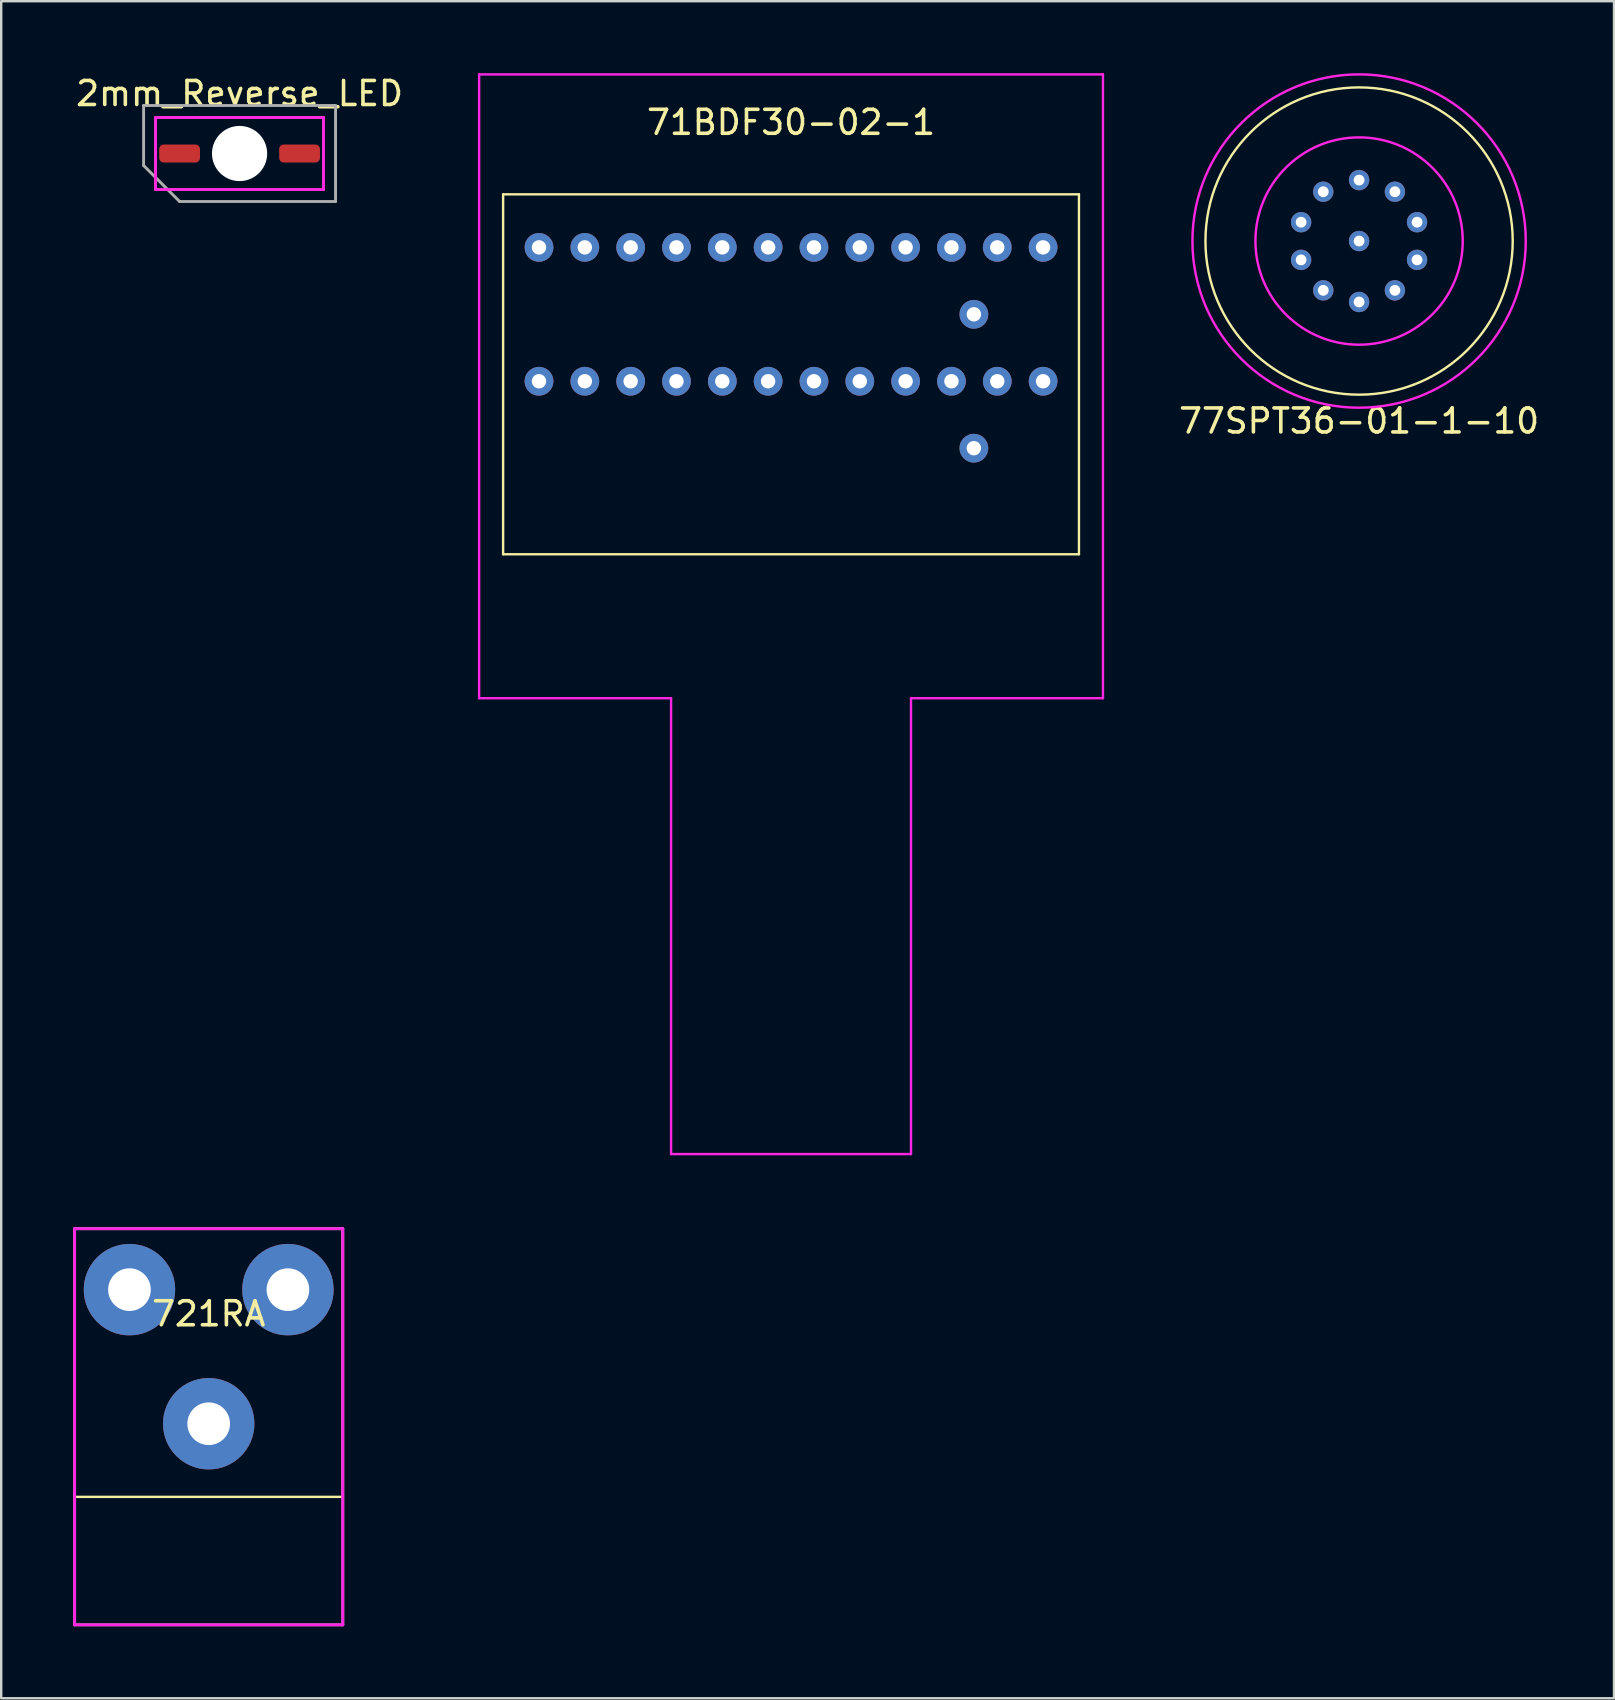
<source format=kicad_pcb>
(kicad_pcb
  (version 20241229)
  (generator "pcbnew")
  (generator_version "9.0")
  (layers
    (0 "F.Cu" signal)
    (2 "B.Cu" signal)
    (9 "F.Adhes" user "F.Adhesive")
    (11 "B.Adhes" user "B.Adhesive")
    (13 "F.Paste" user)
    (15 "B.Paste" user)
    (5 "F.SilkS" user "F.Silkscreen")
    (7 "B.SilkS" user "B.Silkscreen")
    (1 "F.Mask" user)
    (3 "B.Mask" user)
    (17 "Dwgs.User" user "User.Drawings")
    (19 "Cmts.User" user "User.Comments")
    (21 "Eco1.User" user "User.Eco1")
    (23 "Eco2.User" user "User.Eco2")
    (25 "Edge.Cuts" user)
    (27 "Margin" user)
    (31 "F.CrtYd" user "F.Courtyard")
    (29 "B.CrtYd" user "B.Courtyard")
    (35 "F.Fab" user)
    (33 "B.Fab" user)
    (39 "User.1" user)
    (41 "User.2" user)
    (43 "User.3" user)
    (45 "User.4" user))
  (footprint "71BDF30-02-1"
    (layer "F.Cu")
    (at 29.919 10.05)
    (property "Reference" "71BDF30-02-1" (at 0 -8 0) (layer "F.SilkS") (effects (font (size 1 1) (thickness 0.15))))
    (attr through_hole)
    (fp_line (start -12 -5) (end 12 -5) (stroke (width 0.1) (type solid)) (layer "F.SilkS"))
    (fp_line (start -12 10) (end -12 -5) (stroke (width 0.1) (type solid)) (layer "F.SilkS"))
    (fp_line (start 12 -5) (end 12 10) (stroke (width 0.1) (type solid)) (layer "F.SilkS"))
    (fp_line (start 12 10) (end -12 10) (stroke (width 0.1) (type solid)) (layer "F.SilkS"))
    (fp_line (start -13 -10) (end 13 -10) (stroke (width 0.1) (type solid)) (layer "F.CrtYd"))
    (fp_line (start -13 16) (end -13 -10) (stroke (width 0.1) (type solid)) (layer "F.CrtYd"))
    (fp_line (start -5 16) (end -13 16) (stroke (width 0.1) (type solid)) (layer "F.CrtYd"))
    (fp_line (start -5 35) (end -5 16) (stroke (width 0.1) (type solid)) (layer "F.CrtYd"))
    (fp_line (start 5 16) (end 5 35) (stroke (width 0.1) (type solid)) (layer "F.CrtYd"))
    (fp_line (start 5 35) (end -5 35) (stroke (width 0.1) (type solid)) (layer "F.CrtYd"))
    (fp_line (start 13 -10) (end 13 16) (stroke (width 0.1) (type solid)) (layer "F.CrtYd"))
    (fp_line (start 13 16) (end 5 16) (stroke (width 0.1) (type solid)) (layer "F.CrtYd"))
    (pad "1" thru_hole circle (at 7.62 5.58) (size 1.2 1.2) (drill 0.6) (layers "*.Cu" "*.Mask"))
    (pad "2" thru_hole circle (at 10.505 2.79) (size 1.2 1.2) (drill 0.6) (layers "*.Cu" "*.Mask"))
    (pad "3" thru_hole circle (at 8.595 2.79) (size 1.2 1.2) (drill 0.6) (layers "*.Cu" "*.Mask"))
    (pad "4" thru_hole circle (at 6.685 2.79) (size 1.2 1.2) (drill 0.6) (layers "*.Cu" "*.Mask"))
    (pad "5" thru_hole circle (at 4.775 2.79) (size 1.2 1.2) (drill 0.6) (layers "*.Cu" "*.Mask"))
    (pad "6" thru_hole circle (at 2.865 2.79) (size 1.2 1.2) (drill 0.6) (layers "*.Cu" "*.Mask"))
    (pad "7" thru_hole circle (at 0.955 2.79) (size 1.2 1.2) (drill 0.6) (layers "*.Cu" "*.Mask"))
    (pad "8" thru_hole circle (at -0.955 2.79) (size 1.2 1.2) (drill 0.6) (layers "*.Cu" "*.Mask"))
    (pad "9" thru_hole circle (at -2.865 2.79) (size 1.2 1.2) (drill 0.6) (layers "*.Cu" "*.Mask"))
    (pad "10" thru_hole circle (at -4.775 2.79) (size 1.2 1.2) (drill 0.6) (layers "*.Cu" "*.Mask"))
    (pad "11" thru_hole circle (at -6.685 2.79) (size 1.2 1.2) (drill 0.6) (layers "*.Cu" "*.Mask"))
    (pad "12" thru_hole circle (at -8.595 2.79) (size 1.2 1.2) (drill 0.6) (layers "*.Cu" "*.Mask"))
    (pad "13" thru_hole circle (at -10.505 2.79) (size 1.2 1.2) (drill 0.6) (layers "*.Cu" "*.Mask"))
    (pad "14" thru_hole circle (at 7.62 0) (size 1.2 1.2) (drill 0.6) (layers "*.Cu" "*.Mask"))
    (pad "15" thru_hole circle (at 10.505 -2.79) (size 1.2 1.2) (drill 0.6) (layers "*.Cu" "*.Mask"))
    (pad "16" thru_hole circle (at 8.595 -2.79) (size 1.2 1.2) (drill 0.6) (layers "*.Cu" "*.Mask"))
    (pad "17" thru_hole circle (at 6.685 -2.79) (size 1.2 1.2) (drill 0.6) (layers "*.Cu" "*.Mask"))
    (pad "18" thru_hole circle (at 4.775 -2.79) (size 1.2 1.2) (drill 0.6) (layers "*.Cu" "*.Mask"))
    (pad "19" thru_hole circle (at 2.865 -2.79) (size 1.2 1.2) (drill 0.6) (layers "*.Cu" "*.Mask"))
    (pad "20" thru_hole circle (at 0.955 -2.79) (size 1.2 1.2) (drill 0.6) (layers "*.Cu" "*.Mask"))
    (pad "21" thru_hole circle (at -0.955 -2.79) (size 1.2 1.2) (drill 0.6) (layers "*.Cu" "*.Mask"))
    (pad "22" thru_hole circle (at -2.865 -2.79) (size 1.2 1.2) (drill 0.6) (layers "*.Cu" "*.Mask"))
    (pad "23" thru_hole circle (at -4.775 -2.79) (size 1.2 1.2) (drill 0.6) (layers "*.Cu" "*.Mask"))
    (pad "24" thru_hole circle (at -6.685 -2.79) (size 1.2 1.2) (drill 0.6) (layers "*.Cu" "*.Mask"))
    (pad "25" thru_hole circle (at -8.595 -2.79) (size 1.2 1.2) (drill 0.6) (layers "*.Cu" "*.Mask"))
    (pad "26" thru_hole circle (at -10.505 -2.79) (size 1.2 1.2) (drill 0.6) (layers "*.Cu" "*.Mask")))
  (footprint "2mm_Reverse_LED"
    (layer "F.Cu")
    (at 6.935 3.348)
    (property "Reference" "2mm_Reverse_LED" (at 0 -2.5 0) (layer "F.SilkS") (effects (font (size 1 1) (thickness 0.15))))
    (attr through_hole)
    (fp_line (start -3.5 -1.5) (end 3.5 -1.5) (stroke (width 0.1) (type solid)) (layer "F.SilkS"))
    (fp_line (start -3.5 1.5) (end -3.5 -1.5) (stroke (width 0.1) (type solid)) (layer "F.SilkS"))
    (fp_line (start 3.5 -1.5) (end 3.5 1.5) (stroke (width 0.1) (type solid)) (layer "F.SilkS"))
    (fp_line (start 3.5 1.5) (end -3.5 1.5) (stroke (width 0.1) (type solid)) (layer "F.SilkS"))
    (fp_line (start -3.5 -1.5) (end 3.5 -1.5) (stroke (width 0.12) (type solid)) (layer "F.CrtYd"))
    (fp_line (start -3.5 1.5) (end -3.5 -1.5) (stroke (width 0.12) (type solid)) (layer "F.CrtYd"))
    (fp_line (start 3.5 -1.5) (end 3.5 1.5) (stroke (width 0.12) (type solid)) (layer "F.CrtYd"))
    (fp_line (start 3.5 1.5) (end -3.5 1.5) (stroke (width 0.12) (type solid)) (layer "F.CrtYd"))
    (fp_line (start -4 -2) (end 4 -2) (stroke (width 0.12) (type solid)) (layer "F.Fab"))
    (fp_line (start -4 0.5) (end -4 -2) (stroke (width 0.12) (type solid)) (layer "F.Fab"))
    (fp_line (start -4 0.5) (end -2.5 2) (stroke (width 0.12) (type solid)) (layer "F.Fab"))
    (fp_line (start 4 -2) (end 4 2) (stroke (width 0.12) (type solid)) (layer "F.Fab"))
    (fp_line (start 4 2) (end -2.5 2) (stroke (width 0.12) (type solid)) (layer "F.Fab"))
    (pad "" np_thru_hole circle (at 0 0) (size 2.3 2.3) (drill 2.3) (layers "*.Cu" "*.Mask"))
    (pad "1" smd roundrect (at -2.5 0) (size 1.7 0.75) (layers "F.Cu" "F.Mask" "F.Paste") (roundrect_rratio 0.25))
    (pad "2" smd roundrect (at 2.5 0) (size 1.7 0.75) (layers "F.Cu" "F.Mask" "F.Paste") (roundrect_rratio 0.25)))
  (footprint "721RA"
    (layer "F.Cu")
    (at 5.648 50.7)
    (property "Reference" "721RA" (at 0 1.008 0) (layer "F.SilkS") (effects (font (size 1 1) (thickness 0.15))))
    (attr through_hole)
    (fp_line (start -5.588 -2.54) (end 5.588 -2.54) (stroke (width 0.1) (type solid)) (layer "F.SilkS"))
    (fp_line (start -5.588 8.636) (end -5.588 -2.54) (stroke (width 0.1) (type solid)) (layer "F.SilkS"))
    (fp_line (start 5.588 -2.54) (end 5.588 8.636) (stroke (width 0.1) (type solid)) (layer "F.SilkS"))
    (fp_line (start 5.588 8.636) (end -5.588 8.636) (stroke (width 0.1) (type solid)) (layer "F.SilkS"))
    (fp_line (start -5.588 -2.54) (end -5.588 13.97) (stroke (width 0.12) (type solid)) (layer "F.CrtYd"))
    (fp_line (start -5.588 13.97) (end 5.588 13.97) (stroke (width 0.12) (type solid)) (layer "F.CrtYd"))
    (fp_line (start 5.588 -2.54) (end -5.588 -2.54) (stroke (width 0.12) (type solid)) (layer "F.CrtYd"))
    (fp_line (start 5.588 13.97) (end 5.588 -2.54) (stroke (width 0.12) (type solid)) (layer "F.CrtYd"))
    (fp_line (start -5.588 -2.54) (end 5.588 -2.54) (stroke (width 0.12) (type solid)) (layer "F.Fab"))
    (fp_line (start -5.588 13.97) (end -5.588 -2.54) (stroke (width 0.12) (type solid)) (layer "F.Fab"))
    (fp_line (start 5.588 -2.54) (end 5.588 13.97) (stroke (width 0.12) (type solid)) (layer "F.Fab"))
    (fp_line (start 5.588 13.97) (end -5.588 13.97) (stroke (width 0.12) (type solid)) (layer "F.Fab"))
    (pad "1" thru_hole circle (at -3.302 0) (size 3.81 3.81) (drill 1.778) (layers "*.Cu" "*.Mask"))
    (pad "2" thru_hole circle (at 0 5.588) (size 3.81 3.81) (drill 1.778) (layers "*.Cu" "*.Mask"))
    (pad "3" thru_hole circle (at 3.302 0) (size 3.81 3.81) (drill 1.778) (layers "*.Cu" "*.Mask")))
  (footprint "77SPT36-01-1-10"
    (layer "F.Cu")
    (at 53.594 6.996)
    (property "Reference" "77SPT36-01-1-10" (at 0 7.5 0) (layer "F.SilkS") (effects (font (size 1 1) (thickness 0.15))))
    (attr through_hole)
    (fp_circle (center 0 0) (end 4 -5) (stroke (width 0.1) (type solid)) (fill no) (layer "F.SilkS"))
    (fp_circle (center 0 0) (end 4.32 0) (stroke (width 0.1) (type solid)) (fill no) (layer "F.CrtYd"))
    (fp_circle (center 0 0) (end 6 -3.5) (stroke (width 0.1) (type solid)) (fill no) (layer "F.CrtYd"))
    (pad "1" thru_hole circle (at 0 0) (size 0.85 0.85) (drill 0.45) (layers "*.Cu" "*.Mask"))
    (pad "2" thru_hole circle (at 0 -2.54) (size 0.85 0.85) (drill 0.45) (layers "*.Cu" "*.Mask"))
    (pad "3" thru_hole circle (at 1.493 -2.055) (size 0.85 0.85) (drill 0.45) (layers "*.Cu" "*.Mask"))
    (pad "4" thru_hole circle (at 2.416 -0.785) (size 0.85 0.85) (drill 0.45) (layers "*.Cu" "*.Mask"))
    (pad "5" thru_hole circle (at 2.416 0.785) (size 0.85 0.85) (drill 0.45) (layers "*.Cu" "*.Mask"))
    (pad "6" thru_hole circle (at 1.493 2.055) (size 0.85 0.85) (drill 0.45) (layers "*.Cu" "*.Mask"))
    (pad "7" thru_hole circle (at 0 2.54) (size 0.85 0.85) (drill 0.45) (layers "*.Cu" "*.Mask"))
    (pad "8" thru_hole circle (at -1.493 2.055) (size 0.85 0.85) (drill 0.45) (layers "*.Cu" "*.Mask"))
    (pad "9" thru_hole circle (at -2.416 0.785) (size 0.85 0.85) (drill 0.45) (layers "*.Cu" "*.Mask"))
    (pad "10" thru_hole circle (at -2.416 -0.785) (size 0.85 0.85) (drill 0.45) (layers "*.Cu" "*.Mask"))
    (pad "11" thru_hole circle (at -1.493 -2.055) (size 0.85 0.85) (drill 0.45) (layers "*.Cu" "*.Mask")))
  (gr_rect
    (start -3 -3)
    (end 64.219 67.73)
    (stroke (width 0.1) (type default))
    (fill no)
    (layer "Edge.Cuts")))
</source>
